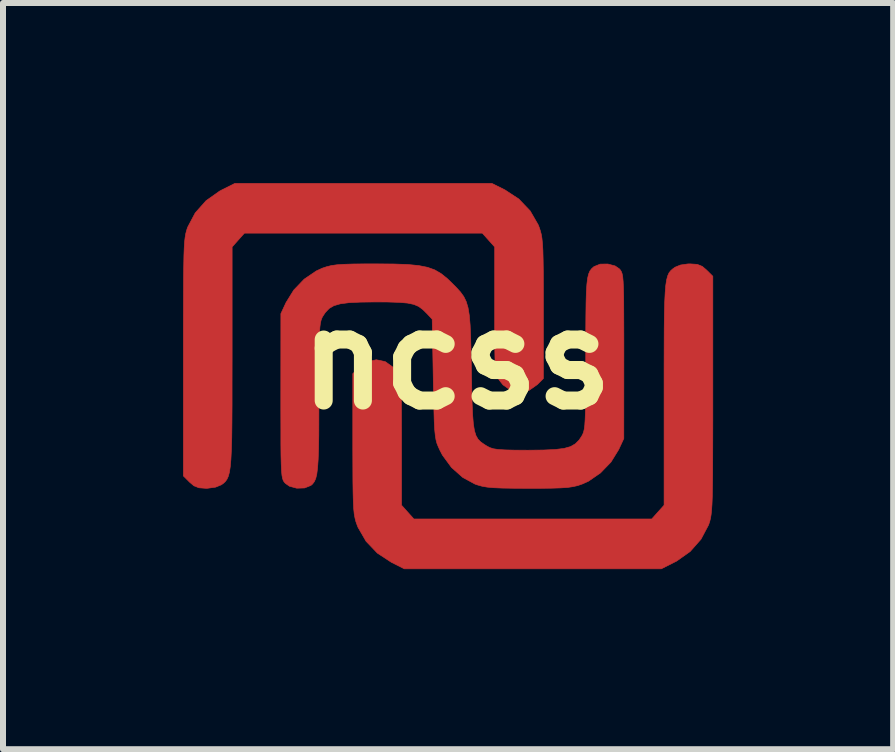
<source format=kicad_pcb>
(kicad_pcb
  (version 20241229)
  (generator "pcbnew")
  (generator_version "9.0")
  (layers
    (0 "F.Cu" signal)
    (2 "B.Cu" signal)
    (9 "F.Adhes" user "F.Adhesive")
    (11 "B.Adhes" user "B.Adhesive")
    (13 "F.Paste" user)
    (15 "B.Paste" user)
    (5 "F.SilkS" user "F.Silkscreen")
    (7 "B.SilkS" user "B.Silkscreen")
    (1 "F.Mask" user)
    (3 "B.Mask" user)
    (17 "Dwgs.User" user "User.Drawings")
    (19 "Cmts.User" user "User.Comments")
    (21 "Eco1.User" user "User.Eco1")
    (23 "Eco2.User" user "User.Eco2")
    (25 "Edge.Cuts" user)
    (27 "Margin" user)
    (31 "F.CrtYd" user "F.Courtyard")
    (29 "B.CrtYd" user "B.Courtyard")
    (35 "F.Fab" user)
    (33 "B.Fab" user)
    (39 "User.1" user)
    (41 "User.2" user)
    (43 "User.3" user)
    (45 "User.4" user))
  (footprint "ncss"
    (layer "F.Cu")
    (at 4.556 2.933)
    (property "Reference" "ncss" (at 0 0 0) (layer "F.SilkS") (effects (font (size 1.524 1.524) (thickness 0.3))))
    (attr through_hole)
    (fp_poly (pts (xy 0.805 -2.82) (xy 1.037 -2.668) (xy 1.226 -2.47) (xy 1.36 -2.238) (xy 1.375 -2.2) (xy 1.394 -2.143) (xy 1.41 -2.084) (xy 1.422 -2.015) (xy 1.431 -1.926) (xy 1.438 -1.81) (xy 1.442 -1.659) (xy 1.445 -1.464) (xy 1.446 -1.216) (xy 1.446 -0.908) (xy 1.446 -0.843) (xy 1.446 0.323) (xy 1.346 0.423) (xy 1.205 0.522) (xy 1.055 0.555) (xy 0.907 0.523) (xy 0.774 0.429) (xy 0.716 0.356) (xy 0.693 0.32) (xy 0.675 0.283) (xy 0.661 0.237) (xy 0.65 0.172) (xy 0.643 0.081) (xy 0.639 -0.045) (xy 0.636 -0.213) (xy 0.635 -0.433) (xy 0.635 -0.712) (xy 0.635 -0.816) (xy 0.635 -1.869) (xy 0.532 -1.984) (xy 0.429 -2.099) (xy -3.534 -2.099) (xy -3.637 -1.984) (xy -3.739 -1.869) (xy -3.739 -0.034) (xy -3.74 0.393) (xy -3.74 0.754) (xy -3.742 1.056) (xy -3.745 1.306) (xy -3.751 1.507) (xy -3.759 1.667) (xy -3.77 1.791) (xy -3.784 1.884) (xy -3.803 1.953) (xy -3.826 2.003) (xy -3.854 2.041) (xy -3.887 2.071) (xy -3.92 2.094) (xy -4.016 2.133) (xy -4.148 2.151) (xy -4.173 2.152) (xy -4.293 2.143) (xy -4.376 2.11) (xy -4.448 2.049) (xy -4.551 1.946) (xy -4.551 -0.031) (xy -4.551 -0.456) (xy -4.55 -0.816) (xy -4.549 -1.117) (xy -4.548 -1.365) (xy -4.545 -1.568) (xy -4.542 -1.729) (xy -4.537 -1.856) (xy -4.531 -1.954) (xy -4.522 -2.03) (xy -4.512 -2.089) (xy -4.5 -2.137) (xy -4.486 -2.181) (xy -4.479 -2.2) (xy -4.354 -2.436) (xy -4.173 -2.64) (xy -3.947 -2.8) (xy -3.909 -2.82) (xy -3.693 -2.928) (xy 0.588 -2.928) (xy 0.805 -2.82)) (stroke (width 0.01) (type solid)) (fill yes) (layer "F.Cu"))
    (fp_poly (pts (xy 4.01 -1.579) (xy 4.094 -1.545) (xy 4.165 -1.484) (xy 4.269 -1.381) (xy 4.269 0.596) (xy 4.269 1.02) (xy 4.268 1.38) (xy 4.267 1.681) (xy 4.266 1.93) (xy 4.263 2.132) (xy 4.26 2.294) (xy 4.255 2.42) (xy 4.248 2.519) (xy 4.24 2.594) (xy 4.23 2.653) (xy 4.218 2.702) (xy 4.204 2.745) (xy 4.197 2.764) (xy 4.072 3) (xy 3.891 3.205) (xy 3.665 3.365) (xy 3.627 3.384) (xy 3.411 3.493) (xy -0.871 3.493) (xy -1.087 3.384) (xy -1.319 3.232) (xy -1.508 3.034) (xy -1.642 2.802) (xy -1.657 2.764) (xy -1.677 2.708) (xy -1.692 2.649) (xy -1.705 2.579) (xy -1.714 2.491) (xy -1.72 2.375) (xy -1.724 2.223) (xy -1.727 2.028) (xy -1.728 1.78) (xy -1.729 1.472) (xy -1.729 1.407) (xy -1.729 0.242) (xy -1.628 0.141) (xy -1.487 0.042) (xy -1.337 0.01) (xy -1.189 0.041) (xy -1.056 0.136) (xy -0.998 0.208) (xy -0.975 0.244) (xy -0.957 0.281) (xy -0.943 0.328) (xy -0.933 0.393) (xy -0.926 0.484) (xy -0.921 0.609) (xy -0.919 0.777) (xy -0.918 0.997) (xy -0.917 1.276) (xy -0.917 1.38) (xy -0.917 2.433) (xy -0.814 2.548) (xy -0.711 2.663) (xy 3.251 2.663) (xy 3.354 2.548) (xy 3.457 2.433) (xy 3.457 0.58) (xy 3.457 0.156) (xy 3.458 -0.203) (xy 3.459 -0.503) (xy 3.462 -0.75) (xy 3.467 -0.949) (xy 3.475 -1.107) (xy 3.485 -1.229) (xy 3.499 -1.32) (xy 3.517 -1.388) (xy 3.539 -1.437) (xy 3.567 -1.473) (xy 3.599 -1.502) (xy 3.638 -1.53) (xy 3.641 -1.532) (xy 3.729 -1.568) (xy 3.852 -1.586) (xy 3.891 -1.587) (xy 4.01 -1.579)) (stroke (width 0.01) (type solid)) (fill yes) (layer "F.Cu"))
    (fp_poly (pts (xy -1.048 -1.585) (xy -0.815 -1.577) (xy -0.631 -1.559) (xy -0.484 -1.53) (xy -0.364 -1.487) (xy -0.259 -1.426) (xy -0.159 -1.346) (xy -0.091 -1.281) (xy -0.004 -1.194) (xy 0.066 -1.117) (xy 0.12 -1.042) (xy 0.161 -0.958) (xy 0.191 -0.857) (xy 0.212 -0.73) (xy 0.226 -0.568) (xy 0.235 -0.361) (xy 0.242 -0.101) (xy 0.247 0.178) (xy 0.253 0.489) (xy 0.259 0.738) (xy 0.268 0.933) (xy 0.28 1.082) (xy 0.298 1.192) (xy 0.323 1.273) (xy 0.357 1.333) (xy 0.402 1.379) (xy 0.459 1.419) (xy 0.505 1.448) (xy 0.555 1.474) (xy 0.614 1.493) (xy 0.694 1.505) (xy 0.807 1.512) (xy 0.967 1.516) (xy 1.184 1.517) (xy 1.194 1.517) (xy 1.449 1.514) (xy 1.645 1.505) (xy 1.791 1.487) (xy 1.898 1.457) (xy 1.978 1.411) (xy 2.04 1.349) (xy 2.081 1.289) (xy 2.1 1.255) (xy 2.115 1.217) (xy 2.127 1.167) (xy 2.136 1.098) (xy 2.142 1.001) (xy 2.147 0.87) (xy 2.15 0.698) (xy 2.151 0.475) (xy 2.152 0.196) (xy 2.152 -0.086) (xy 2.152 -0.431) (xy 2.154 -0.713) (xy 2.157 -0.938) (xy 2.162 -1.115) (xy 2.171 -1.249) (xy 2.183 -1.348) (xy 2.2 -1.419) (xy 2.222 -1.47) (xy 2.25 -1.507) (xy 2.284 -1.537) (xy 2.29 -1.542) (xy 2.392 -1.583) (xy 2.52 -1.585) (xy 2.641 -1.553) (xy 2.71 -1.506) (xy 2.73 -1.484) (xy 2.745 -1.458) (xy 2.758 -1.423) (xy 2.768 -1.37) (xy 2.775 -1.293) (xy 2.78 -1.185) (xy 2.784 -1.039) (xy 2.785 -0.849) (xy 2.786 -0.606) (xy 2.787 -0.305) (xy 2.787 -0.051) (xy 2.786 1.323) (xy 2.7 1.508) (xy 2.572 1.715) (xy 2.397 1.896) (xy 2.197 2.034) (xy 2.097 2.079) (xy 2.022 2.105) (xy 1.945 2.123) (xy 1.853 2.137) (xy 1.735 2.145) (xy 1.578 2.15) (xy 1.371 2.152) (xy 1.199 2.152) (xy 0.951 2.151) (xy 0.761 2.148) (xy 0.618 2.142) (xy 0.51 2.132) (xy 0.424 2.117) (xy 0.35 2.096) (xy 0.308 2.082) (xy 0.102 1.97) (xy -0.085 1.804) (xy -0.236 1.598) (xy -0.278 1.517) (xy -0.305 1.458) (xy -0.327 1.404) (xy -0.343 1.343) (xy -0.355 1.268) (xy -0.365 1.169) (xy -0.372 1.036) (xy -0.377 0.861) (xy -0.382 0.635) (xy -0.388 0.348) (xy -0.388 0.329) (xy -0.406 -0.665) (xy -0.494 -0.759) (xy -0.563 -0.827) (xy -0.632 -0.878) (xy -0.712 -0.912) (xy -0.817 -0.934) (xy -0.958 -0.946) (xy -1.148 -0.952) (xy -1.342 -0.953) (xy -1.596 -0.95) (xy -1.791 -0.941) (xy -1.936 -0.922) (xy -2.043 -0.891) (xy -2.122 -0.845) (xy -2.184 -0.78) (xy -2.222 -0.724) (xy -2.241 -0.691) (xy -2.256 -0.652) (xy -2.268 -0.602) (xy -2.277 -0.532) (xy -2.284 -0.434) (xy -2.288 -0.302) (xy -2.291 -0.127) (xy -2.292 0.097) (xy -2.293 0.379) (xy -2.293 0.628) (xy -2.294 0.979) (xy -2.295 1.266) (xy -2.299 1.496) (xy -2.306 1.677) (xy -2.316 1.815) (xy -2.329 1.918) (xy -2.347 1.991) (xy -2.371 2.043) (xy -2.4 2.081) (xy -2.427 2.104) (xy -2.532 2.146) (xy -2.662 2.15) (xy -2.784 2.117) (xy -2.851 2.07) (xy -2.871 2.048) (xy -2.887 2.023) (xy -2.899 1.987) (xy -2.909 1.935) (xy -2.916 1.858) (xy -2.921 1.75) (xy -2.925 1.604) (xy -2.927 1.413) (xy -2.927 1.171) (xy -2.928 0.87) (xy -2.928 0.615) (xy -2.927 -0.758) (xy -2.841 -0.943) (xy -2.713 -1.15) (xy -2.539 -1.332) (xy -2.338 -1.469) (xy -2.238 -1.515) (xy -2.163 -1.54) (xy -2.086 -1.559) (xy -1.994 -1.572) (xy -1.876 -1.58) (xy -1.719 -1.585) (xy -1.512 -1.587) (xy -1.341 -1.587) (xy -1.048 -1.585)) (stroke (width 0.01) (type solid)) (fill yes) (layer "F.Cu"))
    (fp_poly (pts (xy 0.805 -2.82) (xy 1.037 -2.668) (xy 1.226 -2.47) (xy 1.36 -2.238) (xy 1.375 -2.2) (xy 1.394 -2.143) (xy 1.41 -2.084) (xy 1.422 -2.015) (xy 1.431 -1.926) (xy 1.438 -1.81) (xy 1.442 -1.659) (xy 1.445 -1.464) (xy 1.446 -1.216) (xy 1.446 -0.908) (xy 1.446 -0.843) (xy 1.446 0.323) (xy 1.346 0.423) (xy 1.205 0.522) (xy 1.055 0.555) (xy 0.907 0.523) (xy 0.774 0.429) (xy 0.716 0.356) (xy 0.693 0.32) (xy 0.675 0.283) (xy 0.661 0.237) (xy 0.65 0.172) (xy 0.643 0.081) (xy 0.639 -0.045) (xy 0.636 -0.213) (xy 0.635 -0.433) (xy 0.635 -0.712) (xy 0.635 -0.816) (xy 0.635 -1.869) (xy 0.532 -1.984) (xy 0.429 -2.099) (xy -3.534 -2.099) (xy -3.637 -1.984) (xy -3.739 -1.869) (xy -3.739 -0.034) (xy -3.74 0.393) (xy -3.74 0.754) (xy -3.742 1.056) (xy -3.745 1.306) (xy -3.751 1.507) (xy -3.759 1.667) (xy -3.77 1.791) (xy -3.784 1.884) (xy -3.803 1.953) (xy -3.826 2.003) (xy -3.854 2.041) (xy -3.887 2.071) (xy -3.92 2.094) (xy -4.016 2.133) (xy -4.148 2.151) (xy -4.173 2.152) (xy -4.293 2.143) (xy -4.376 2.11) (xy -4.448 2.049) (xy -4.551 1.946) (xy -4.551 -0.031) (xy -4.551 -0.456) (xy -4.55 -0.816) (xy -4.549 -1.117) (xy -4.548 -1.365) (xy -4.545 -1.568) (xy -4.542 -1.729) (xy -4.537 -1.856) (xy -4.531 -1.954) (xy -4.522 -2.03) (xy -4.512 -2.089) (xy -4.5 -2.137) (xy -4.486 -2.181) (xy -4.479 -2.2) (xy -4.354 -2.436) (xy -4.173 -2.64) (xy -3.947 -2.8) (xy -3.909 -2.82) (xy -3.693 -2.928) (xy 0.588 -2.928) (xy 0.805 -2.82)) (stroke (width 0.01) (type solid)) (fill yes) (layer "F.Mask"))
    (fp_poly (pts (xy 4.01 -1.579) (xy 4.094 -1.545) (xy 4.165 -1.484) (xy 4.269 -1.381) (xy 4.269 0.596) (xy 4.269 1.02) (xy 4.268 1.38) (xy 4.267 1.681) (xy 4.266 1.93) (xy 4.263 2.132) (xy 4.26 2.294) (xy 4.255 2.42) (xy 4.248 2.519) (xy 4.24 2.594) (xy 4.23 2.653) (xy 4.218 2.702) (xy 4.204 2.745) (xy 4.197 2.764) (xy 4.072 3) (xy 3.891 3.205) (xy 3.665 3.365) (xy 3.627 3.384) (xy 3.411 3.493) (xy -0.871 3.493) (xy -1.087 3.384) (xy -1.319 3.232) (xy -1.508 3.034) (xy -1.642 2.802) (xy -1.657 2.764) (xy -1.677 2.708) (xy -1.692 2.649) (xy -1.705 2.579) (xy -1.714 2.491) (xy -1.72 2.375) (xy -1.724 2.223) (xy -1.727 2.028) (xy -1.728 1.78) (xy -1.729 1.472) (xy -1.729 1.407) (xy -1.729 0.242) (xy -1.628 0.141) (xy -1.487 0.042) (xy -1.337 0.01) (xy -1.189 0.041) (xy -1.056 0.136) (xy -0.998 0.208) (xy -0.975 0.244) (xy -0.957 0.281) (xy -0.943 0.328) (xy -0.933 0.393) (xy -0.926 0.484) (xy -0.921 0.609) (xy -0.919 0.777) (xy -0.918 0.997) (xy -0.917 1.276) (xy -0.917 1.38) (xy -0.917 2.433) (xy -0.814 2.548) (xy -0.711 2.663) (xy 3.251 2.663) (xy 3.354 2.548) (xy 3.457 2.433) (xy 3.457 0.58) (xy 3.457 0.156) (xy 3.458 -0.203) (xy 3.459 -0.503) (xy 3.462 -0.75) (xy 3.467 -0.949) (xy 3.475 -1.107) (xy 3.485 -1.229) (xy 3.499 -1.32) (xy 3.517 -1.388) (xy 3.539 -1.437) (xy 3.567 -1.473) (xy 3.599 -1.502) (xy 3.638 -1.53) (xy 3.641 -1.532) (xy 3.729 -1.568) (xy 3.852 -1.586) (xy 3.891 -1.587) (xy 4.01 -1.579)) (stroke (width 0.01) (type solid)) (fill yes) (layer "F.Mask"))
    (fp_poly (pts (xy -1.048 -1.585) (xy -0.815 -1.577) (xy -0.631 -1.559) (xy -0.484 -1.53) (xy -0.364 -1.487) (xy -0.259 -1.426) (xy -0.159 -1.346) (xy -0.091 -1.281) (xy -0.004 -1.194) (xy 0.066 -1.117) (xy 0.12 -1.042) (xy 0.161 -0.958) (xy 0.191 -0.857) (xy 0.212 -0.73) (xy 0.226 -0.568) (xy 0.235 -0.361) (xy 0.242 -0.101) (xy 0.247 0.178) (xy 0.253 0.489) (xy 0.259 0.738) (xy 0.268 0.933) (xy 0.28 1.082) (xy 0.298 1.192) (xy 0.323 1.273) (xy 0.357 1.333) (xy 0.402 1.379) (xy 0.459 1.419) (xy 0.505 1.448) (xy 0.555 1.474) (xy 0.614 1.493) (xy 0.694 1.505) (xy 0.807 1.512) (xy 0.967 1.516) (xy 1.184 1.517) (xy 1.194 1.517) (xy 1.449 1.514) (xy 1.645 1.505) (xy 1.791 1.487) (xy 1.898 1.457) (xy 1.978 1.411) (xy 2.04 1.349) (xy 2.081 1.289) (xy 2.1 1.255) (xy 2.115 1.217) (xy 2.127 1.167) (xy 2.136 1.098) (xy 2.142 1.001) (xy 2.147 0.87) (xy 2.15 0.698) (xy 2.151 0.475) (xy 2.152 0.196) (xy 2.152 -0.086) (xy 2.152 -0.431) (xy 2.154 -0.713) (xy 2.157 -0.938) (xy 2.162 -1.115) (xy 2.171 -1.249) (xy 2.183 -1.348) (xy 2.2 -1.419) (xy 2.222 -1.47) (xy 2.25 -1.507) (xy 2.284 -1.537) (xy 2.29 -1.542) (xy 2.392 -1.583) (xy 2.52 -1.585) (xy 2.641 -1.553) (xy 2.71 -1.506) (xy 2.73 -1.484) (xy 2.745 -1.458) (xy 2.758 -1.423) (xy 2.768 -1.37) (xy 2.775 -1.293) (xy 2.78 -1.185) (xy 2.784 -1.039) (xy 2.785 -0.849) (xy 2.786 -0.606) (xy 2.787 -0.305) (xy 2.787 -0.051) (xy 2.786 1.323) (xy 2.7 1.508) (xy 2.572 1.715) (xy 2.397 1.896) (xy 2.197 2.034) (xy 2.097 2.079) (xy 2.022 2.105) (xy 1.945 2.123) (xy 1.853 2.137) (xy 1.735 2.145) (xy 1.578 2.15) (xy 1.371 2.152) (xy 1.199 2.152) (xy 0.951 2.151) (xy 0.761 2.148) (xy 0.618 2.142) (xy 0.51 2.132) (xy 0.424 2.117) (xy 0.35 2.096) (xy 0.308 2.082) (xy 0.102 1.97) (xy -0.085 1.804) (xy -0.236 1.598) (xy -0.278 1.517) (xy -0.305 1.458) (xy -0.327 1.404) (xy -0.343 1.343) (xy -0.355 1.268) (xy -0.365 1.169) (xy -0.372 1.036) (xy -0.377 0.861) (xy -0.382 0.635) (xy -0.388 0.348) (xy -0.388 0.329) (xy -0.406 -0.665) (xy -0.494 -0.759) (xy -0.563 -0.827) (xy -0.632 -0.878) (xy -0.712 -0.912) (xy -0.817 -0.934) (xy -0.958 -0.946) (xy -1.148 -0.952) (xy -1.342 -0.953) (xy -1.596 -0.95) (xy -1.791 -0.941) (xy -1.936 -0.922) (xy -2.043 -0.891) (xy -2.122 -0.845) (xy -2.184 -0.78) (xy -2.222 -0.724) (xy -2.241 -0.691) (xy -2.256 -0.652) (xy -2.268 -0.602) (xy -2.277 -0.532) (xy -2.284 -0.434) (xy -2.288 -0.302) (xy -2.291 -0.127) (xy -2.292 0.097) (xy -2.293 0.379) (xy -2.293 0.628) (xy -2.294 0.979) (xy -2.295 1.266) (xy -2.299 1.496) (xy -2.306 1.677) (xy -2.316 1.815) (xy -2.329 1.918) (xy -2.347 1.991) (xy -2.371 2.043) (xy -2.4 2.081) (xy -2.427 2.104) (xy -2.532 2.146) (xy -2.662 2.15) (xy -2.784 2.117) (xy -2.851 2.07) (xy -2.871 2.048) (xy -2.887 2.023) (xy -2.899 1.987) (xy -2.909 1.935) (xy -2.916 1.858) (xy -2.921 1.75) (xy -2.925 1.604) (xy -2.927 1.413) (xy -2.927 1.171) (xy -2.928 0.87) (xy -2.928 0.615) (xy -2.927 -0.758) (xy -2.841 -0.943) (xy -2.713 -1.15) (xy -2.539 -1.332) (xy -2.338 -1.469) (xy -2.238 -1.515) (xy -2.163 -1.54) (xy -2.086 -1.559) (xy -1.994 -1.572) (xy -1.876 -1.58) (xy -1.719 -1.585) (xy -1.512 -1.587) (xy -1.341 -1.587) (xy -1.048 -1.585)) (stroke (width 0.01) (type solid)) (fill yes) (layer "F.Mask")))
  (gr_rect
    (start -3 -3)
    (end 11.829 9.431)
    (stroke (width 0.1) (type default))
    (fill no)
    (layer "Edge.Cuts")))
</source>
